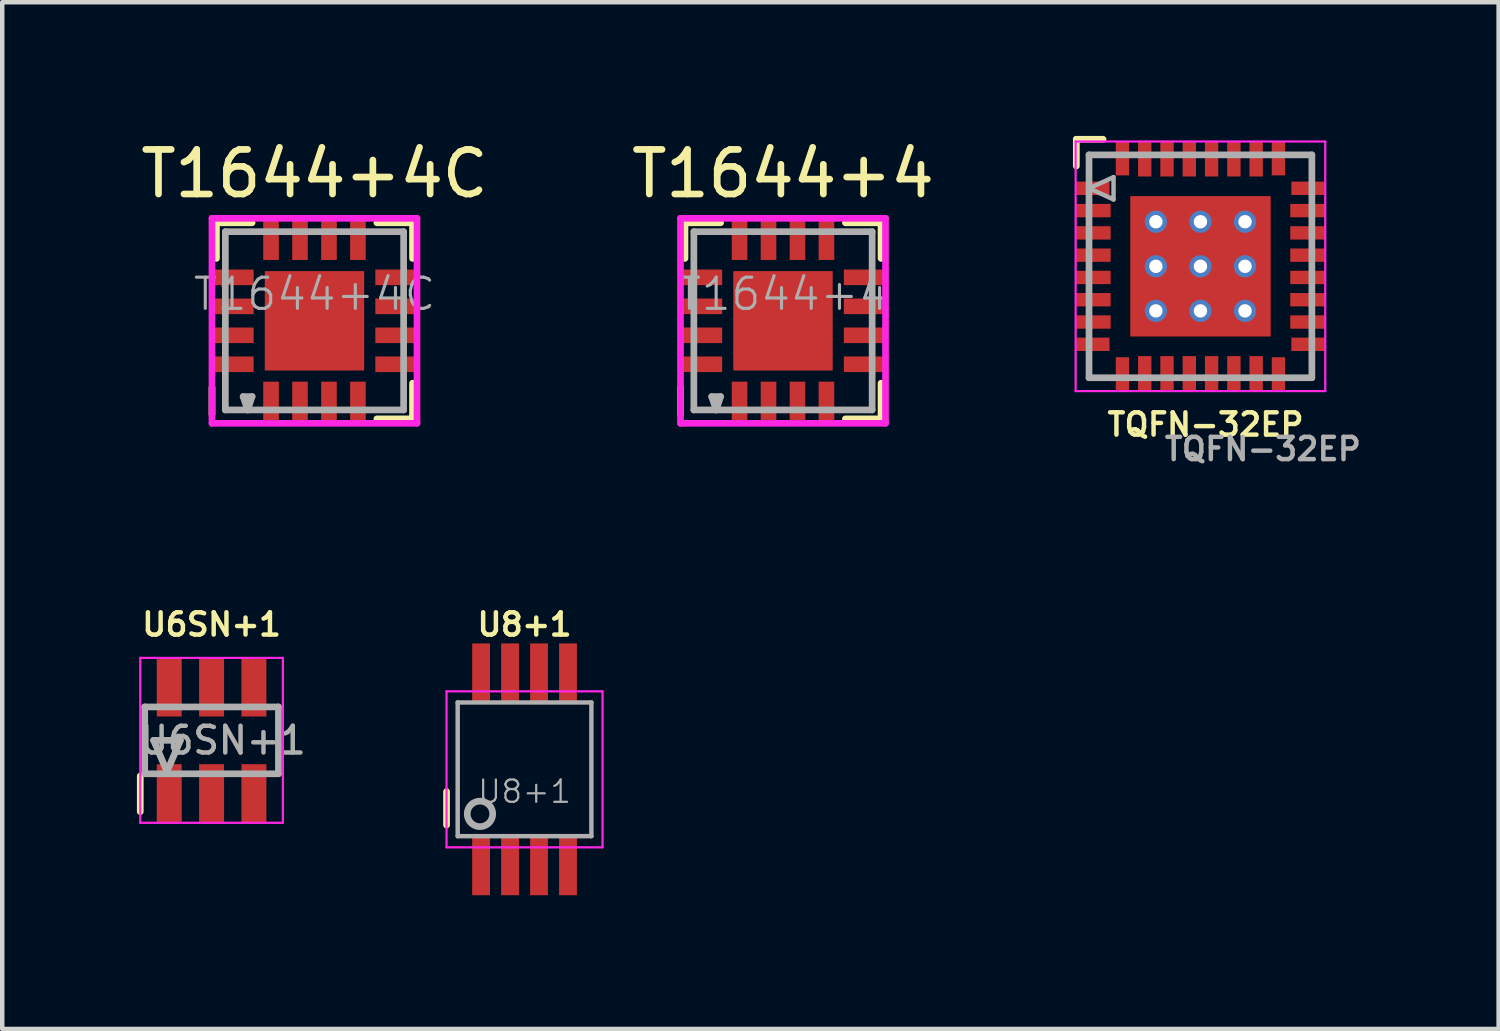
<source format=kicad_pcb>
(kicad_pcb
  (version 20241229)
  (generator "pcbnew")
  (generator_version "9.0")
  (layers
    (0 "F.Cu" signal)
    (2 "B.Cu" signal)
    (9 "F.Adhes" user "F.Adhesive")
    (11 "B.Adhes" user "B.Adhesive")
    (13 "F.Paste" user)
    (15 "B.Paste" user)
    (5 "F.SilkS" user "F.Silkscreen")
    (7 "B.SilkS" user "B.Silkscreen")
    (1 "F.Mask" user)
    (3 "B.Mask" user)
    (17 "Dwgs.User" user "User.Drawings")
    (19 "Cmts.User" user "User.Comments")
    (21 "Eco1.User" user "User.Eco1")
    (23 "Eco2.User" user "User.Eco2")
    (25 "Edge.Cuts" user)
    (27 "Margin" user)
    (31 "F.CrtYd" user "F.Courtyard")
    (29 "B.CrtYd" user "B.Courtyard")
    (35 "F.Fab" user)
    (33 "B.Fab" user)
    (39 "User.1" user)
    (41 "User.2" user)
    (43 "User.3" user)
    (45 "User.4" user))
  (footprint "U8+1"
    (layer "F.Cu")
    (at 8.719 14.211)
    (property "Reference" "U8+1" (at 0 -3.25 0) (layer "F.SilkS") (effects (font (size 0.5 0.5) (thickness 0.1))))
    (attr smd)
    (fp_line (start -1.75 0.5) (end -1.75 1.25) (stroke (width 0.15) (type solid)) (layer "F.SilkS"))
    (fp_line (start -1.75 -1.75) (end -1.75 1.75) (stroke (width 0.05) (type solid)) (layer "F.CrtYd"))
    (fp_line (start -1.75 -1.75) (end 1.75 -1.75) (stroke (width 0.05) (type solid)) (layer "F.CrtYd"))
    (fp_line (start -1.75 1.75) (end 1.75 1.75) (stroke (width 0.05) (type solid)) (layer "F.CrtYd"))
    (fp_line (start 1.75 -1.75) (end 1.75 1.75) (stroke (width 0.05) (type solid)) (layer "F.CrtYd"))
    (fp_line (start -1.5 -1.5) (end 1.5 -1.5) (stroke (width 0.1) (type solid)) (layer "F.Fab"))
    (fp_line (start -1.5 1.5) (end -1.5 -1.5) (stroke (width 0.1) (type solid)) (layer "F.Fab"))
    (fp_line (start 1.5 -1.5) (end 1.5 1.5) (stroke (width 0.1) (type solid)) (layer "F.Fab"))
    (fp_line (start 1.5 1.5) (end -1.5 1.5) (stroke (width 0.1) (type solid)) (layer "F.Fab"))
    (fp_circle (center -1 1) (end -1.095 0.73) (stroke (width 0.15) (type solid)) (fill no) (layer "F.Fab"))
    (fp_text user "${REFERENCE}" (at 0 0.5 0) (layer "F.Fab") (effects (font (size 0.5 0.5) (thickness 0.05))))
    (pad "1" smd rect (at -0.975 2.15) (size 0.4 1.35) (layers "F.Cu" "F.Mask" "F.Paste"))
    (pad "2" smd rect (at -0.325 2.15) (size 0.4 1.35) (layers "F.Cu" "F.Mask" "F.Paste"))
    (pad "3" smd rect (at 0.325 2.15) (size 0.4 1.35) (layers "F.Cu" "F.Mask" "F.Paste"))
    (pad "4" smd rect (at 0.975 2.15) (size 0.4 1.35) (layers "F.Cu" "F.Mask" "F.Paste"))
    (pad "5" smd rect (at 0.975 -2.15) (size 0.4 1.35) (layers "F.Cu" "F.Mask" "F.Paste"))
    (pad "6" smd rect (at 0.325 -2.15) (size 0.4 1.35) (layers "F.Cu" "F.Mask" "F.Paste"))
    (pad "7" smd rect (at -0.325 -2.15) (size 0.4 1.35) (layers "F.Cu" "F.Mask" "F.Paste"))
    (pad "8" smd rect (at -0.975 -2.15) (size 0.4 1.35) (layers "F.Cu" "F.Mask" "F.Paste")))
  (footprint "T1644+4"
    (layer "F.Cu")
    (at 14.518 4.148)
    (property "Reference" "T1644+4" (at 0 -3.3 0) (layer "F.SilkS") (effects (font (size 1 1) (thickness 0.15))))
    (attr smd)
    (fp_line (start -2.3 1.5) (end -2.3 2.1) (stroke (width 0.15) (type solid)) (layer "F.SilkS"))
    (fp_line (start -2.2 -2.2) (end -1.4 -2.2) (stroke (width 0.15) (type solid)) (layer "F.SilkS"))
    (fp_line (start -2.2 -1.4) (end -2.2 -2.2) (stroke (width 0.15) (type solid)) (layer "F.SilkS"))
    (fp_line (start 1.4 -2.2) (end 2.2 -2.2) (stroke (width 0.15) (type solid)) (layer "F.SilkS"))
    (fp_line (start 1.4 2.2) (end 2.2 2.2) (stroke (width 0.15) (type solid)) (layer "F.SilkS"))
    (fp_line (start 2.2 -2.2) (end 2.2 -1.4) (stroke (width 0.15) (type solid)) (layer "F.SilkS"))
    (fp_line (start 2.2 2.2) (end 2.2 1.4) (stroke (width 0.15) (type solid)) (layer "F.SilkS"))
    (fp_line (start -2.3 -2.3) (end 2.3 -2.3) (stroke (width 0.15) (type solid)) (layer "F.CrtYd"))
    (fp_line (start -2.3 2.3) (end -2.3 -2.3) (stroke (width 0.15) (type solid)) (layer "F.CrtYd"))
    (fp_line (start 2.3 -2.3) (end 2.3 2.3) (stroke (width 0.15) (type solid)) (layer "F.CrtYd"))
    (fp_line (start 2.3 2.3) (end -2.3 2.3) (stroke (width 0.15) (type solid)) (layer "F.CrtYd"))
    (fp_line (start -2 -2) (end 2 -2) (stroke (width 0.15) (type solid)) (layer "F.Fab"))
    (fp_line (start -2 2) (end -2 -2) (stroke (width 0.15) (type solid)) (layer "F.Fab"))
    (fp_line (start -1.6 1.7) (end -1.5 2) (stroke (width 0.15) (type solid)) (layer "F.Fab"))
    (fp_line (start -1.5 2) (end -1.4 1.7) (stroke (width 0.15) (type solid)) (layer "F.Fab"))
    (fp_line (start -1.4 1.7) (end -1.6 1.7) (stroke (width 0.15) (type solid)) (layer "F.Fab"))
    (fp_line (start 2 -2) (end 2 2) (stroke (width 0.15) (type solid)) (layer "F.Fab"))
    (fp_line (start 2 2) (end -2 2) (stroke (width 0.15) (type solid)) (layer "F.Fab"))
    (fp_text user "${REFERENCE}" (at 0 -0.6 0) (layer "F.Fab") (effects (font (size 0.7 0.7) (thickness 0.07))))
    (pad "1" smd rect (at -0.975 1.84) (size 0.35 0.95) (layers "F.Cu" "F.Mask" "F.Paste"))
    (pad "2" smd rect (at -0.325 1.84) (size 0.35 0.95) (layers "F.Cu" "F.Mask" "F.Paste"))
    (pad "3" smd rect (at 0.325 1.84) (size 0.35 0.95) (layers "F.Cu" "F.Mask" "F.Paste"))
    (pad "4" smd rect (at 0.975 1.84) (size 0.35 0.95) (layers "F.Cu" "F.Mask" "F.Paste"))
    (pad "5" smd rect (at 1.84 0.975) (size 0.95 0.35) (layers "F.Cu" "F.Mask" "F.Paste"))
    (pad "6" smd rect (at 1.84 0.325) (size 0.95 0.35) (layers "F.Cu" "F.Mask" "F.Paste"))
    (pad "7" smd rect (at 1.84 -0.325) (size 0.95 0.35) (layers "F.Cu" "F.Mask" "F.Paste"))
    (pad "8" smd rect (at 1.84 -0.975) (size 0.95 0.35) (layers "F.Cu" "F.Mask" "F.Paste"))
    (pad "9" smd rect (at 0.975 -1.84) (size 0.35 0.95) (layers "F.Cu" "F.Mask" "F.Paste"))
    (pad "10" smd rect (at 0.325 -1.84) (size 0.35 0.95) (layers "F.Cu" "F.Mask" "F.Paste"))
    (pad "11" smd rect (at -0.325 -1.84) (size 0.35 0.95) (layers "F.Cu" "F.Mask" "F.Paste"))
    (pad "12" smd rect (at -0.975 -1.84) (size 0.35 0.95) (layers "F.Cu" "F.Mask" "F.Paste"))
    (pad "13" smd rect (at -1.84 -0.975) (size 0.95 0.35) (layers "F.Cu" "F.Mask" "F.Paste"))
    (pad "14" smd rect (at -1.84 -0.325) (size 0.95 0.35) (layers "F.Cu" "F.Mask" "F.Paste"))
    (pad "15" smd rect (at -1.84 0.325) (size 0.95 0.35) (layers "F.Cu" "F.Mask" "F.Paste"))
    (pad "16" smd rect (at -1.84 0.975) (size 0.95 0.35) (layers "F.Cu" "F.Mask" "F.Paste"))
    (pad "17" smd rect (at 0 0) (size 2.23 2.23) (layers "F.Cu" "F.Mask" "F.Paste")))
  (footprint "T1644+4C"
    (layer "F.Cu")
    (at 4.006 4.148)
    (property "Reference" "T1644+4C" (at 0 -3.3 0) (layer "F.SilkS") (effects (font (size 1 1) (thickness 0.15))))
    (attr smd)
    (fp_line (start -2.3 1.5) (end -2.3 2.1) (stroke (width 0.15) (type solid)) (layer "F.SilkS"))
    (fp_line (start -2.2 -2.2) (end -1.4 -2.2) (stroke (width 0.15) (type solid)) (layer "F.SilkS"))
    (fp_line (start -2.2 -1.4) (end -2.2 -2.2) (stroke (width 0.15) (type solid)) (layer "F.SilkS"))
    (fp_line (start 1.4 -2.2) (end 2.2 -2.2) (stroke (width 0.15) (type solid)) (layer "F.SilkS"))
    (fp_line (start 1.4 2.2) (end 2.2 2.2) (stroke (width 0.15) (type solid)) (layer "F.SilkS"))
    (fp_line (start 2.2 -2.2) (end 2.2 -1.4) (stroke (width 0.15) (type solid)) (layer "F.SilkS"))
    (fp_line (start 2.2 2.2) (end 2.2 1.4) (stroke (width 0.15) (type solid)) (layer "F.SilkS"))
    (fp_line (start -2.3 -2.3) (end 2.3 -2.3) (stroke (width 0.15) (type solid)) (layer "F.CrtYd"))
    (fp_line (start -2.3 2.3) (end -2.3 -2.3) (stroke (width 0.15) (type solid)) (layer "F.CrtYd"))
    (fp_line (start 2.3 -2.3) (end 2.3 2.3) (stroke (width 0.15) (type solid)) (layer "F.CrtYd"))
    (fp_line (start 2.3 2.3) (end -2.3 2.3) (stroke (width 0.15) (type solid)) (layer "F.CrtYd"))
    (fp_line (start -2 -2) (end 2 -2) (stroke (width 0.15) (type solid)) (layer "F.Fab"))
    (fp_line (start -2 2) (end -2 -2) (stroke (width 0.15) (type solid)) (layer "F.Fab"))
    (fp_line (start -1.6 1.7) (end -1.5 2) (stroke (width 0.15) (type solid)) (layer "F.Fab"))
    (fp_line (start -1.5 2) (end -1.4 1.7) (stroke (width 0.15) (type solid)) (layer "F.Fab"))
    (fp_line (start -1.4 1.7) (end -1.6 1.7) (stroke (width 0.15) (type solid)) (layer "F.Fab"))
    (fp_line (start 2 -2) (end 2 2) (stroke (width 0.15) (type solid)) (layer "F.Fab"))
    (fp_line (start 2 2) (end -2 2) (stroke (width 0.15) (type solid)) (layer "F.Fab"))
    (fp_text user "${REFERENCE}" (at 0 -0.6 0) (layer "F.Fab") (effects (font (size 0.7 0.7) (thickness 0.07))))
    (pad "1" smd rect (at -0.975 1.84) (size 0.35 0.95) (layers "F.Cu" "F.Mask" "F.Paste"))
    (pad "2" smd rect (at -0.325 1.84) (size 0.35 0.95) (layers "F.Cu" "F.Mask" "F.Paste"))
    (pad "3" smd rect (at 0.325 1.84) (size 0.35 0.95) (layers "F.Cu" "F.Mask" "F.Paste"))
    (pad "4" smd rect (at 0.975 1.84) (size 0.35 0.95) (layers "F.Cu" "F.Mask" "F.Paste"))
    (pad "5" smd rect (at 1.84 0.975) (size 0.95 0.35) (layers "F.Cu" "F.Mask" "F.Paste"))
    (pad "6" smd rect (at 1.84 0.325) (size 0.95 0.35) (layers "F.Cu" "F.Mask" "F.Paste"))
    (pad "7" smd rect (at 1.84 -0.325) (size 0.95 0.35) (layers "F.Cu" "F.Mask" "F.Paste"))
    (pad "8" smd rect (at 1.84 -0.975) (size 0.95 0.35) (layers "F.Cu" "F.Mask" "F.Paste"))
    (pad "9" smd rect (at 0.975 -1.84) (size 0.35 0.95) (layers "F.Cu" "F.Mask" "F.Paste"))
    (pad "10" smd rect (at 0.325 -1.84) (size 0.35 0.95) (layers "F.Cu" "F.Mask" "F.Paste"))
    (pad "11" smd rect (at -0.325 -1.84) (size 0.35 0.95) (layers "F.Cu" "F.Mask" "F.Paste"))
    (pad "12" smd rect (at -0.975 -1.84) (size 0.35 0.95) (layers "F.Cu" "F.Mask" "F.Paste"))
    (pad "13" smd rect (at -1.84 -0.975) (size 0.95 0.35) (layers "F.Cu" "F.Mask" "F.Paste"))
    (pad "14" smd rect (at -1.84 -0.325) (size 0.95 0.35) (layers "F.Cu" "F.Mask" "F.Paste"))
    (pad "15" smd rect (at -1.84 0.325) (size 0.95 0.35) (layers "F.Cu" "F.Mask" "F.Paste"))
    (pad "16" smd rect (at -1.84 0.975) (size 0.95 0.35) (layers "F.Cu" "F.Mask" "F.Paste"))
    (pad "17" smd rect (at 0 0) (size 2.23 2.23) (layers "F.Cu" "F.Mask" "F.Paste")))
  (footprint "U6SN+1"
    (layer "F.Cu")
    (at 1.697 13.561)
    (property "Reference" "U6SN+1" (at 0 -2.6 0) (layer "F.SilkS") (effects (font (size 0.5 0.5) (thickness 0.1))))
    (attr smd)
    (fp_line (start -1.6 0.8) (end -1.6 1.6) (stroke (width 0.15) (type solid)) (layer "F.SilkS"))
    (fp_line (start -1.6 -1.85) (end -1.6 1.85) (stroke (width 0.05) (type solid)) (layer "F.CrtYd"))
    (fp_line (start -1.6 -1.85) (end 1.6 -1.85) (stroke (width 0.05) (type solid)) (layer "F.CrtYd"))
    (fp_line (start -1.6 1.85) (end 1.6 1.85) (stroke (width 0.05) (type solid)) (layer "F.CrtYd"))
    (fp_line (start 1.6 -1.85) (end 1.6 1.85) (stroke (width 0.05) (type solid)) (layer "F.CrtYd"))
    (fp_line (start -1.5 -0.75) (end -1.5 0.75) (stroke (width 0.15) (type solid)) (layer "F.Fab"))
    (fp_line (start -1.5 0.75) (end 1.5 0.75) (stroke (width 0.15) (type solid)) (layer "F.Fab"))
    (fp_line (start -1.3 0) (end -0.7 0) (stroke (width 0.15) (type solid)) (layer "F.Fab"))
    (fp_line (start -1 0.7) (end -1.3 0) (stroke (width 0.15) (type solid)) (layer "F.Fab"))
    (fp_line (start -0.7 0) (end -1 0.7) (stroke (width 0.15) (type solid)) (layer "F.Fab"))
    (fp_line (start 1.5 -0.75) (end -1.5 -0.75) (stroke (width 0.15) (type solid)) (layer "F.Fab"))
    (fp_line (start 1.5 0.75) (end 1.5 -0.75) (stroke (width 0.15) (type solid)) (layer "F.Fab"))
    (fp_text user "${REFERENCE}" (at 0.25 0 0) (layer "F.Fab") (effects (font (size 0.6 0.6) (thickness 0.1))))
    (pad "1" smd rect (at -0.95 1.2) (size 0.56 1.33) (layers "F.Cu" "F.Mask" "F.Paste"))
    (pad "2" smd rect (at 0 1.2) (size 0.56 1.33) (layers "F.Cu" "F.Mask" "F.Paste"))
    (pad "3" smd rect (at 0.95 1.2) (size 0.56 1.33) (layers "F.Cu" "F.Mask" "F.Paste"))
    (pad "4" smd rect (at 0.95 -1.2) (size 0.56 1.33) (layers "F.Cu" "F.Mask" "F.Paste"))
    (pad "5" smd rect (at 0 -1.2) (size 0.56 1.33) (layers "F.Cu" "F.Mask" "F.Paste"))
    (pad "6" smd rect (at -0.95 -1.2) (size 0.56 1.33) (layers "F.Cu" "F.Mask" "F.Paste")))
  (footprint "TQFN-32EP"
    (layer "F.Cu")
    (at 23.884 2.925)
    (property "Reference" "TQFN-32EP" (at 0.115 3.55 0) (layer "F.SilkS") (effects (font (size 0.5 0.5) (thickness 0.1))))
    (attr smd)
    (fp_line (start -2.785 -2.85) (end -2.785 -2.25) (stroke (width 0.15) (type solid)) (layer "F.SilkS"))
    (fp_line (start -2.185 -2.85) (end -2.785 -2.85) (stroke (width 0.15) (type solid)) (layer "F.SilkS"))
    (fp_line (start -2.8 -2.8) (end 2.8 -2.8) (stroke (width 0.05) (type solid)) (layer "F.CrtYd"))
    (fp_line (start -2.8 2.8) (end -2.8 -2.8) (stroke (width 0.05) (type solid)) (layer "F.CrtYd"))
    (fp_line (start 2.8 -2.8) (end 2.8 2.6) (stroke (width 0.05) (type solid)) (layer "F.CrtYd"))
    (fp_line (start 2.8 2.6) (end 2.8 2.8) (stroke (width 0.05) (type solid)) (layer "F.CrtYd"))
    (fp_line (start 2.8 2.8) (end -2.8 2.8) (stroke (width 0.05) (type solid)) (layer "F.CrtYd"))
    (fp_line (start -2.5 -2.5) (end 2.5 -2.5) (stroke (width 0.15) (type solid)) (layer "F.Fab"))
    (fp_line (start -2.5 -1.75) (end -1.95 -2) (stroke (width 0.1) (type solid)) (layer "F.Fab"))
    (fp_line (start -2.5 2.5) (end -2.5 -2.5) (stroke (width 0.15) (type solid)) (layer "F.Fab"))
    (fp_line (start -1.95 -2) (end -1.95 -1.5) (stroke (width 0.1) (type solid)) (layer "F.Fab"))
    (fp_line (start -1.95 -1.5) (end -2.5 -1.75) (stroke (width 0.1) (type solid)) (layer "F.Fab"))
    (fp_line (start 2.5 -2.5) (end 2.5 2.5) (stroke (width 0.15) (type solid)) (layer "F.Fab"))
    (fp_line (start 2.5 2.5) (end -2.5 2.5) (stroke (width 0.15) (type solid)) (layer "F.Fab"))
    (fp_text user "${REFERENCE}" (at 1.4 4.1 0) (layer "F.Fab") (effects (font (size 0.5 0.5) (thickness 0.1))))
    (pad "1" smd rect (at -2.415 -1.75) (size 0.75 0.3) (layers "F.Cu" "F.Mask" "F.Paste"))
    (pad "2" smd rect (at -2.415 -1.25) (size 0.8 0.3) (layers "F.Cu" "F.Mask" "F.Paste"))
    (pad "3" smd rect (at -2.415 -0.75) (size 0.8 0.3) (layers "F.Cu" "F.Mask" "F.Paste"))
    (pad "4" smd rect (at -2.415 -0.25) (size 0.8 0.3) (layers "F.Cu" "F.Mask" "F.Paste"))
    (pad "5" smd rect (at -2.415 0.25) (size 0.8 0.3) (layers "F.Cu" "F.Mask" "F.Paste"))
    (pad "6" smd rect (at -2.415 0.75) (size 0.8 0.3) (layers "F.Cu" "F.Mask" "F.Paste"))
    (pad "7" smd rect (at -2.415 1.25) (size 0.8 0.3) (layers "F.Cu" "F.Mask" "F.Paste"))
    (pad "8" smd rect (at -2.415 1.75) (size 0.75 0.3) (layers "F.Cu" "F.Mask" "F.Paste"))
    (pad "9" smd rect (at -1.75 2.415 90) (size 0.75 0.3) (layers "F.Cu" "F.Mask" "F.Paste"))
    (pad "10" smd rect (at -1.25 2.415 90) (size 0.8 0.3) (layers "F.Cu" "F.Mask" "F.Paste"))
    (pad "11" smd rect (at -0.75 2.415 90) (size 0.8 0.3) (layers "F.Cu" "F.Mask" "F.Paste"))
    (pad "12" smd rect (at -0.25 2.415 90) (size 0.8 0.3) (layers "F.Cu" "F.Mask" "F.Paste"))
    (pad "13" smd rect (at 0.25 2.415 90) (size 0.8 0.3) (layers "F.Cu" "F.Mask" "F.Paste"))
    (pad "14" smd rect (at 0.75 2.415 90) (size 0.8 0.3) (layers "F.Cu" "F.Mask" "F.Paste"))
    (pad "15" smd rect (at 1.25 2.415 90) (size 0.8 0.3) (layers "F.Cu" "F.Mask" "F.Paste"))
    (pad "16" smd rect (at 1.75 2.415 90) (size 0.75 0.3) (layers "F.Cu" "F.Mask" "F.Paste"))
    (pad "17" smd rect (at 2.415 1.75) (size 0.75 0.3) (layers "F.Cu" "F.Mask" "F.Paste"))
    (pad "18" smd rect (at 2.415 1.25) (size 0.8 0.3) (layers "F.Cu" "F.Mask" "F.Paste"))
    (pad "19" smd rect (at 2.415 0.75) (size 0.8 0.3) (layers "F.Cu" "F.Mask" "F.Paste"))
    (pad "20" smd rect (at 2.415 0.25) (size 0.8 0.3) (layers "F.Cu" "F.Mask" "F.Paste"))
    (pad "21" smd rect (at 2.415 -0.25) (size 0.8 0.3) (layers "F.Cu" "F.Mask" "F.Paste"))
    (pad "22" smd rect (at 2.415 -0.75) (size 0.8 0.3) (layers "F.Cu" "F.Mask" "F.Paste"))
    (pad "23" smd rect (at 2.415 -1.25) (size 0.8 0.3) (layers "F.Cu" "F.Mask" "F.Paste"))
    (pad "24" smd rect (at 2.415 -1.75) (size 0.75 0.3) (layers "F.Cu" "F.Mask" "F.Paste"))
    (pad "25" smd rect (at 1.75 -2.415 90) (size 0.75 0.3) (layers "F.Cu" "F.Mask" "F.Paste"))
    (pad "26" smd rect (at 1.25 -2.415 90) (size 0.8 0.3) (layers "F.Cu" "F.Mask" "F.Paste"))
    (pad "27" smd rect (at 0.75 -2.415 90) (size 0.8 0.3) (layers "F.Cu" "F.Mask" "F.Paste"))
    (pad "28" smd rect (at 0.25 -2.415 90) (size 0.8 0.3) (layers "F.Cu" "F.Mask" "F.Paste"))
    (pad "29" smd rect (at -0.25 -2.415 90) (size 0.8 0.3) (layers "F.Cu" "F.Mask" "F.Paste"))
    (pad "30" smd rect (at -0.75 -2.415 90) (size 0.8 0.3) (layers "F.Cu" "F.Mask" "F.Paste"))
    (pad "31" smd rect (at -1.25 -2.415 90) (size 0.8 0.3) (layers "F.Cu" "F.Mask" "F.Paste"))
    (pad "32" smd rect (at -1.75 -2.415 90) (size 0.75 0.3) (layers "F.Cu" "F.Mask" "F.Paste"))
    (pad "EP" thru_hole circle (at -1 -1) (size 0.5 0.5) (drill 0.3) (layers "*.Cu"))
    (pad "EP" thru_hole circle (at -1 0) (size 0.5 0.5) (drill 0.3) (layers "*.Cu"))
    (pad "EP" thru_hole circle (at -1 1) (size 0.5 0.5) (drill 0.3) (layers "*.Cu"))
    (pad "EP" thru_hole circle (at 0 -1) (size 0.5 0.5) (drill 0.3) (layers "*.Cu"))
    (pad "EP" thru_hole circle (at 0 0) (size 0.5 0.5) (drill 0.3) (layers "*.Cu"))
    (pad "EP" smd rect (at 0 0) (size 3.15 3.15) (layers "F.Cu" "F.Mask" "F.Paste"))
    (pad "EP" thru_hole circle (at 0 1) (size 0.5 0.5) (drill 0.3) (layers "*.Cu"))
    (pad "EP" thru_hole circle (at 1 -1) (size 0.5 0.5) (drill 0.3) (layers "*.Cu"))
    (pad "EP" thru_hole circle (at 1 0) (size 0.5 0.5) (drill 0.3) (layers "*.Cu"))
    (pad "EP" thru_hole circle (at 1 1) (size 0.5 0.5) (drill 0.3) (layers "*.Cu")))
  (gr_rect
    (start -3 -3)
    (end 30.574 20.036)
    (stroke (width 0.1) (type default))
    (fill no)
    (layer "Edge.Cuts")))
</source>
